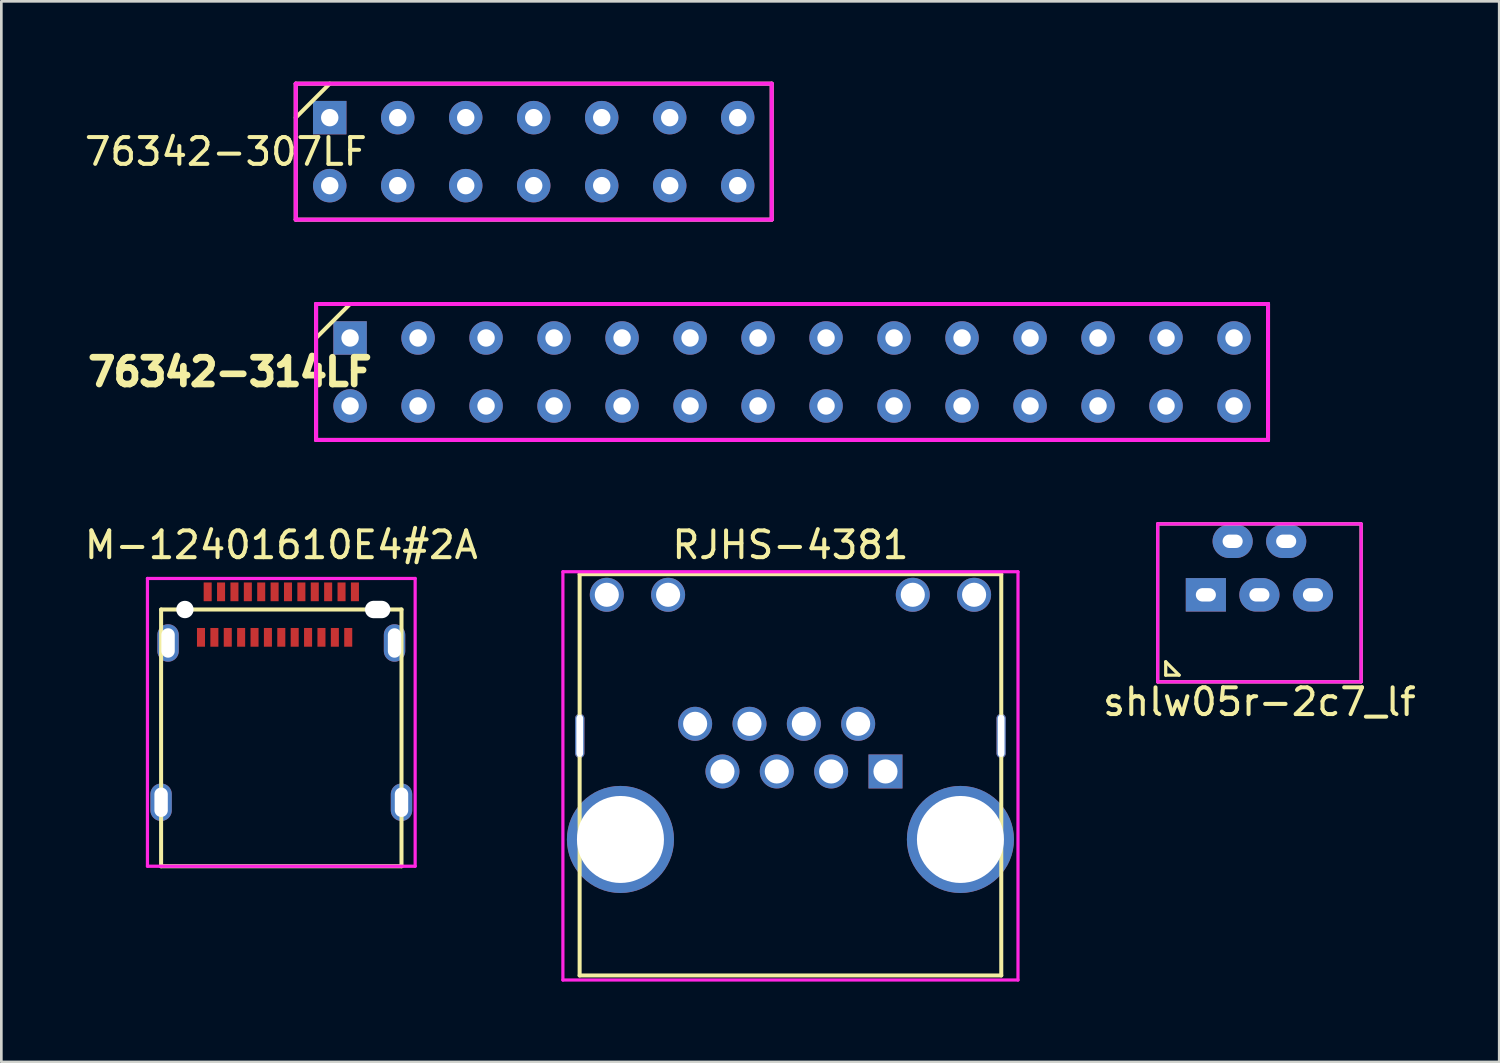
<source format=kicad_pcb>
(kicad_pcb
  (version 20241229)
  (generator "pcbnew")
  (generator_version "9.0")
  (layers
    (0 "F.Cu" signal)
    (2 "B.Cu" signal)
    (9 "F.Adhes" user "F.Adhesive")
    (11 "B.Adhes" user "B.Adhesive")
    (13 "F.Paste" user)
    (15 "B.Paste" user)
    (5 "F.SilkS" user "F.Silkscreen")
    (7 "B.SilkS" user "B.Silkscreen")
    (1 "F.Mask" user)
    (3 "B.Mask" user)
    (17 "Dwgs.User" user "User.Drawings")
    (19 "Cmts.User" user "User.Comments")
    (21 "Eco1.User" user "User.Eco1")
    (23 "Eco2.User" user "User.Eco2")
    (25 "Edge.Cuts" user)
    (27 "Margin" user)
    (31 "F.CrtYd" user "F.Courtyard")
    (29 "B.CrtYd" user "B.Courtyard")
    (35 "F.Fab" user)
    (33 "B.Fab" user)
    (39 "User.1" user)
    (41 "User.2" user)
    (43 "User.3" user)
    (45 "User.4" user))
  (footprint "M-12401610E4#2A"
    (layer "F.Cu")
    (at 7.458 19.058)
    (property "Reference" "M-12401610E4#2A" (at 0 -1.75 0) (layer "F.SilkS") (effects (font (size 1 1) (thickness 0.15))))
    (attr smd)
    (fp_line (start -4.5 10.25) (end 4.5 10.25) (stroke (width 0.15) (type solid)) (layer "F.SilkS"))
    (fp_line (start -4.49 0.66) (end -4.49 10.25) (stroke (width 0.15) (type solid)) (layer "F.SilkS"))
    (fp_line (start -4.49 0.66) (end 4.49 0.66) (stroke (width 0.15) (type solid)) (layer "F.SilkS"))
    (fp_line (start 4.49 10.25) (end 4.49 0.66) (stroke (width 0.15) (type solid)) (layer "F.SilkS"))
    (fp_line (start -5 -0.5) (end 5 -0.5) (stroke (width 0.12) (type solid)) (layer "F.CrtYd"))
    (fp_line (start -5 10.25) (end -5 -0.5) (stroke (width 0.12) (type solid)) (layer "F.CrtYd"))
    (fp_line (start 5 -0.5) (end 5 10.25) (stroke (width 0.12) (type solid)) (layer "F.CrtYd"))
    (fp_line (start 5 10.25) (end -5 10.25) (stroke (width 0.12) (type solid)) (layer "F.CrtYd"))
    (pad "" np_thru_hole oval (at -4.49 7.86) (size 0.8 1.4) (drill oval 0.5 1.1) (layers "*.Cu" "*.Mask"))
    (pad "" np_thru_hole oval (at -4.23 1.91) (size 0.8 1.4) (drill oval 0.5 1.1) (layers "*.Cu" "*.Mask"))
    (pad "" np_thru_hole circle (at -3.6 0.66) (size 0.65 0.65) (drill 0.65) (layers "*.Cu" "*.Mask"))
    (pad "" np_thru_hole oval (at 3.6 0.66) (size 0.95 0.65) (drill oval 0.95 0.65) (layers "*.Cu" "*.Mask"))
    (pad "" np_thru_hole oval (at 4.23 1.91) (size 0.8 1.4) (drill oval 0.5 1.1) (layers "*.Cu" "*.Mask"))
    (pad "" np_thru_hole oval (at 4.49 7.86) (size 0.8 1.4) (drill oval 0.5 1.1) (layers "*.Cu" "*.Mask"))
    (pad "A1" smd rect (at -2.75 0) (size 0.3 0.7) (layers "F.Cu" "F.Mask" "F.Paste"))
    (pad "A2" smd rect (at -2.25 0) (size 0.3 0.7) (layers "F.Cu" "F.Mask" "F.Paste"))
    (pad "A3" smd rect (at -1.75 0) (size 0.3 0.7) (layers "F.Cu" "F.Mask" "F.Paste"))
    (pad "A4" smd rect (at -1.25 0) (size 0.3 0.7) (layers "F.Cu" "F.Mask" "F.Paste"))
    (pad "A5" smd rect (at -0.75 0) (size 0.3 0.7) (layers "F.Cu" "F.Mask" "F.Paste"))
    (pad "A6" smd rect (at -0.25 0) (size 0.3 0.7) (layers "F.Cu" "F.Mask" "F.Paste"))
    (pad "A7" smd rect (at 0.25 0) (size 0.3 0.7) (layers "F.Cu" "F.Mask" "F.Paste"))
    (pad "A8" smd rect (at 0.75 0) (size 0.3 0.7) (layers "F.Cu" "F.Mask" "F.Paste"))
    (pad "A9" smd rect (at 1.25 0) (size 0.3 0.7) (layers "F.Cu" "F.Mask" "F.Paste"))
    (pad "A10" smd rect (at 1.75 0) (size 0.3 0.7) (layers "F.Cu" "F.Mask" "F.Paste"))
    (pad "A11" smd rect (at 2.25 0) (size 0.3 0.7) (layers "F.Cu" "F.Mask" "F.Paste"))
    (pad "A12" smd rect (at 2.75 0) (size 0.3 0.7) (layers "F.Cu" "F.Mask" "F.Paste"))
    (pad "B1" smd rect (at 2.5 1.7) (size 0.3 0.7) (layers "F.Cu" "F.Mask" "F.Paste"))
    (pad "B2" smd rect (at 2 1.7) (size 0.3 0.7) (layers "F.Cu" "F.Mask" "F.Paste"))
    (pad "B3" smd rect (at 1.5 1.7) (size 0.3 0.7) (layers "F.Cu" "F.Mask" "F.Paste"))
    (pad "B4" smd rect (at 1 1.7) (size 0.3 0.7) (layers "F.Cu" "F.Mask" "F.Paste"))
    (pad "B5" smd rect (at 0.5 1.7) (size 0.3 0.7) (layers "F.Cu" "F.Mask" "F.Paste"))
    (pad "B6" smd rect (at 0 1.7) (size 0.3 0.7) (layers "F.Cu" "F.Mask" "F.Paste"))
    (pad "B7" smd rect (at -0.5 1.7) (size 0.3 0.7) (layers "F.Cu" "F.Mask" "F.Paste"))
    (pad "B8" smd rect (at -1 1.7) (size 0.3 0.7) (layers "F.Cu" "F.Mask" "F.Paste"))
    (pad "B9" smd rect (at -1.5 1.7) (size 0.3 0.7) (layers "F.Cu" "F.Mask" "F.Paste"))
    (pad "B10" smd rect (at -2 1.7) (size 0.3 0.7) (layers "F.Cu" "F.Mask" "F.Paste"))
    (pad "B11" smd rect (at -2.5 1.7) (size 0.3 0.7) (layers "F.Cu" "F.Mask" "F.Paste"))
    (pad "B12" smd rect (at -3 1.7) (size 0.3 0.7) (layers "F.Cu" "F.Mask" "F.Paste")))
  (footprint "shlw05r-2c7_lf"
    (layer "F.Cu")
    (at 43.995 17.17)
    (property "Reference" "shlw05r-2c7_lf" (at 0 6 0) (layer "F.SilkS") (effects (font (size 1 1) (thickness 0.15))))
    (attr through_hole)
    (fp_line (start -3.8 5.25) (end -3.8 -0.65) (stroke (width 0.12) (type solid)) (layer "F.SilkS"))
    (fp_line (start -3.8 5.25) (end 3.8 5.25) (stroke (width 0.12) (type solid)) (layer "F.SilkS"))
    (fp_line (start -3.5 4.5) (end -3.5 5) (stroke (width 0.12) (type solid)) (layer "F.SilkS"))
    (fp_line (start -3.5 5) (end -3 5) (stroke (width 0.12) (type solid)) (layer "F.SilkS"))
    (fp_line (start -3 5) (end -3.5 4.5) (stroke (width 0.12) (type solid)) (layer "F.SilkS"))
    (fp_line (start 3.8 -0.65) (end -3.8 -0.65) (stroke (width 0.12) (type solid)) (layer "F.SilkS"))
    (fp_line (start 3.8 -0.65) (end 3.8 5.25) (stroke (width 0.12) (type solid)) (layer "F.SilkS"))
    (fp_line (start -3.8 5.25) (end -3.8 -0.65) (stroke (width 0.12) (type solid)) (layer "F.CrtYd"))
    (fp_line (start -3.8 5.25) (end 3.8 5.25) (stroke (width 0.12) (type solid)) (layer "F.CrtYd"))
    (fp_line (start 3.8 -0.65) (end -3.8 -0.65) (stroke (width 0.12) (type solid)) (layer "F.CrtYd"))
    (fp_line (start 3.8 -0.65) (end 3.8 5.25) (stroke (width 0.12) (type solid)) (layer "F.CrtYd"))
    (pad "1" thru_hole rect (at -2 2) (size 1.5 1.25) (drill oval 0.75 0.5) (layers "*.Cu" "*.Mask"))
    (pad "2" thru_hole oval (at -1 0) (size 1.5 1.25) (drill oval 0.75 0.5) (layers "*.Cu" "*.Mask"))
    (pad "3" thru_hole oval (at 0 2) (size 1.5 1.25) (drill oval 0.75 0.5) (layers "*.Cu" "*.Mask"))
    (pad "4" thru_hole oval (at 1 0) (size 1.5 1.25) (drill oval 0.75 0.5) (layers "*.Cu" "*.Mask"))
    (pad "5" thru_hole oval (at 2 2) (size 1.5 1.25) (drill oval 0.75 0.5) (layers "*.Cu" "*.Mask")))
  (footprint "RJHS-4381"
    (layer "F.Cu")
    (at 26.477 28.308)
    (property "Reference" "RJHS-4381" (at 0 -11 180) (layer "F.SilkS") (effects (font (size 1 1) (thickness 0.15))))
    (attr through_hole)
    (fp_line (start -7.875 -9.91) (end -7.875 5.08) (stroke (width 0.15) (type solid)) (layer "F.SilkS"))
    (fp_line (start -7.875 -9.91) (end 7.875 -9.91) (stroke (width 0.15) (type solid)) (layer "F.SilkS"))
    (fp_line (start -7.875 5.08) (end 7.875 5.08) (stroke (width 0.15) (type solid)) (layer "F.SilkS"))
    (fp_line (start 7.875 -9.91) (end 7.875 5.08) (stroke (width 0.15) (type solid)) (layer "F.SilkS"))
    (fp_line (start -8.5 -10) (end -8.5 5.25) (stroke (width 0.12) (type solid)) (layer "F.CrtYd"))
    (fp_line (start -8.5 5.25) (end 8.5 5.25) (stroke (width 0.12) (type solid)) (layer "F.CrtYd"))
    (fp_line (start 8.5 -10) (end -8.5 -10) (stroke (width 0.12) (type solid)) (layer "F.CrtYd"))
    (fp_line (start 8.5 5.25) (end 8.5 -10) (stroke (width 0.12) (type solid)) (layer "F.CrtYd"))
    (pad "" np_thru_hole oval (at -7.87 -3.87) (size 0.35 1.65) (drill oval 0.254 1.57) (layers "*.Cu" "*.Mask"))
    (pad "" np_thru_hole circle (at -6.35 0) (size 4 4) (drill 3.25) (layers "*.Cu" "*.Mask"))
    (pad "" np_thru_hole circle (at 6.35 0) (size 4 4) (drill 3.25) (layers "*.Cu" "*.Mask"))
    (pad "" np_thru_hole oval (at 7.87 -3.87) (size 0.35 1.65) (drill oval 0.254 1.57) (layers "*.Cu" "*.Mask"))
    (pad "1" thru_hole rect (at 3.55 -2.54) (size 1.27 1.27) (drill 0.9) (layers "*.Cu" "*.Mask"))
    (pad "2" thru_hole circle (at 2.53 -4.32) (size 1.27 1.27) (drill 0.9) (layers "*.Cu" "*.Mask"))
    (pad "3" thru_hole circle (at 1.52 -2.54) (size 1.27 1.27) (drill 0.9) (layers "*.Cu" "*.Mask"))
    (pad "4" thru_hole circle (at 0.5 -4.32) (size 1.27 1.27) (drill 0.9) (layers "*.Cu" "*.Mask"))
    (pad "5" thru_hole circle (at -0.51 -2.54) (size 1.27 1.27) (drill 0.9) (layers "*.Cu" "*.Mask"))
    (pad "6" thru_hole circle (at -1.53 -4.32) (size 1.27 1.27) (drill 0.9) (layers "*.Cu" "*.Mask"))
    (pad "7" thru_hole circle (at -2.54 -2.54) (size 1.27 1.27) (drill 0.9) (layers "*.Cu" "*.Mask"))
    (pad "8" thru_hole circle (at -3.56 -4.32) (size 1.27 1.27) (drill 0.9) (layers "*.Cu" "*.Mask"))
    (pad "9" thru_hole circle (at 6.86 -9.14) (size 1.27 1.27) (drill 0.9) (layers "*.Cu" "*.Mask"))
    (pad "10" thru_hole circle (at 4.57 -9.14) (size 1.27 1.27) (drill 0.9) (layers "*.Cu" "*.Mask"))
    (pad "11" thru_hole circle (at -4.57 -9.14) (size 1.27 1.27) (drill 0.9) (layers "*.Cu" "*.Mask"))
    (pad "12" thru_hole circle (at -6.86 -9.14) (size 1.27 1.27) (drill 0.9) (layers "*.Cu" "*.Mask")))
  (footprint "76342-314LF"
    (layer "F.Cu")
    (at 26.537 10.845)
    (property "Reference" "76342-314LF" (at -21 0 0) (layer "F.SilkS") (effects (font (size 1 1) (thickness 0.25))))
    (attr through_hole)
    (fp_line (start -17.78 -2.54) (end -17.78 2.54) (stroke (width 0.15) (type solid)) (layer "F.SilkS"))
    (fp_line (start -17.78 2.54) (end 17.78 2.54) (stroke (width 0.15) (type solid)) (layer "F.SilkS"))
    (fp_line (start -16.51 -2.54) (end -17.78 -1.27) (stroke (width 0.15) (type solid)) (layer "F.SilkS"))
    (fp_line (start 17.78 -2.54) (end -17.78 -2.54) (stroke (width 0.15) (type solid)) (layer "F.SilkS"))
    (fp_line (start 17.78 2.54) (end 17.78 -2.54) (stroke (width 0.15) (type solid)) (layer "F.SilkS"))
    (fp_line (start -17.78 -2.54) (end -17.78 2.54) (stroke (width 0.15) (type solid)) (layer "F.CrtYd"))
    (fp_line (start -17.78 2.54) (end 17.78 2.54) (stroke (width 0.15) (type solid)) (layer "F.CrtYd"))
    (fp_line (start 17.78 -2.54) (end -17.78 -2.54) (stroke (width 0.15) (type solid)) (layer "F.CrtYd"))
    (fp_line (start 17.78 2.54) (end 17.78 -2.54) (stroke (width 0.15) (type solid)) (layer "F.CrtYd"))
    (pad "1" thru_hole rect (at -16.51 -1.27) (size 1.25 1.25) (drill 0.65) (layers "*.Cu" "*.Mask"))
    (pad "2" thru_hole circle (at -16.51 1.27) (size 1.25 1.25) (drill 0.65) (layers "*.Cu" "*.Mask"))
    (pad "3" thru_hole circle (at -13.97 -1.27) (size 1.25 1.25) (drill 0.65) (layers "*.Cu" "*.Mask"))
    (pad "4" thru_hole circle (at -13.97 1.27) (size 1.25 1.25) (drill 0.65) (layers "*.Cu" "*.Mask"))
    (pad "5" thru_hole circle (at -11.43 -1.27) (size 1.25 1.25) (drill 0.65) (layers "*.Cu" "*.Mask"))
    (pad "6" thru_hole circle (at -11.43 1.27) (size 1.25 1.25) (drill 0.65) (layers "*.Cu" "*.Mask"))
    (pad "7" thru_hole circle (at -8.89 -1.27) (size 1.25 1.25) (drill 0.65) (layers "*.Cu" "*.Mask"))
    (pad "8" thru_hole circle (at -8.89 1.27) (size 1.25 1.25) (drill 0.65) (layers "*.Cu" "*.Mask"))
    (pad "9" thru_hole circle (at -6.35 -1.27) (size 1.25 1.25) (drill 0.65) (layers "*.Cu" "*.Mask"))
    (pad "10" thru_hole circle (at -6.35 1.27) (size 1.25 1.25) (drill 0.65) (layers "*.Cu" "*.Mask"))
    (pad "11" thru_hole circle (at -3.81 -1.27) (size 1.25 1.25) (drill 0.65) (layers "*.Cu" "*.Mask"))
    (pad "12" thru_hole circle (at -3.81 1.27) (size 1.25 1.25) (drill 0.65) (layers "*.Cu" "*.Mask"))
    (pad "13" thru_hole circle (at -1.27 -1.27) (size 1.25 1.25) (drill 0.65) (layers "*.Cu" "*.Mask"))
    (pad "14" thru_hole circle (at -1.27 1.27) (size 1.25 1.25) (drill 0.65) (layers "*.Cu" "*.Mask"))
    (pad "15" thru_hole circle (at 1.27 -1.27) (size 1.25 1.25) (drill 0.65) (layers "*.Cu" "*.Mask"))
    (pad "16" thru_hole circle (at 1.27 1.27) (size 1.25 1.25) (drill 0.65) (layers "*.Cu" "*.Mask"))
    (pad "17" thru_hole circle (at 3.81 -1.27) (size 1.25 1.25) (drill 0.65) (layers "*.Cu" "*.Mask"))
    (pad "18" thru_hole circle (at 3.81 1.27) (size 1.25 1.25) (drill 0.65) (layers "*.Cu" "*.Mask"))
    (pad "19" thru_hole circle (at 6.35 -1.27) (size 1.25 1.25) (drill 0.65) (layers "*.Cu" "*.Mask"))
    (pad "20" thru_hole circle (at 6.35 1.27) (size 1.25 1.25) (drill 0.65) (layers "*.Cu" "*.Mask"))
    (pad "21" thru_hole circle (at 8.89 -1.27) (size 1.25 1.25) (drill 0.65) (layers "*.Cu" "*.Mask"))
    (pad "22" thru_hole circle (at 8.89 1.27) (size 1.25 1.25) (drill 0.65) (layers "*.Cu" "*.Mask"))
    (pad "23" thru_hole circle (at 11.43 -1.27) (size 1.25 1.25) (drill 0.65) (layers "*.Cu" "*.Mask"))
    (pad "24" thru_hole circle (at 11.43 1.27) (size 1.25 1.25) (drill 0.65) (layers "*.Cu" "*.Mask"))
    (pad "25" thru_hole circle (at 13.97 -1.27) (size 1.25 1.25) (drill 0.65) (layers "*.Cu" "*.Mask"))
    (pad "26" thru_hole circle (at 13.97 1.27) (size 1.25 1.25) (drill 0.65) (layers "*.Cu" "*.Mask"))
    (pad "27" thru_hole circle (at 16.51 -1.27) (size 1.25 1.25) (drill 0.65) (layers "*.Cu" "*.Mask"))
    (pad "28" thru_hole circle (at 16.51 1.27) (size 1.25 1.25) (drill 0.65) (layers "*.Cu" "*.Mask")))
  (footprint "76342-307LF"
    (layer "F.Cu")
    (at 16.887 2.615)
    (property "Reference" "76342-307LF" (at -11.5 0 0) (layer "F.SilkS") (effects (font (size 1 1) (thickness 0.15))))
    (attr through_hole)
    (fp_line (start -8.89 -2.54) (end -8.89 2.54) (stroke (width 0.15) (type solid)) (layer "F.SilkS"))
    (fp_line (start -8.89 2.54) (end 8.89 2.54) (stroke (width 0.15) (type solid)) (layer "F.SilkS"))
    (fp_line (start -7.62 -2.54) (end -8.89 -1.27) (stroke (width 0.15) (type solid)) (layer "F.SilkS"))
    (fp_line (start 8.89 -2.54) (end -8.89 -2.54) (stroke (width 0.15) (type solid)) (layer "F.SilkS"))
    (fp_line (start 8.89 2.54) (end 8.89 -2.54) (stroke (width 0.15) (type solid)) (layer "F.SilkS"))
    (fp_line (start -8.89 -2.54) (end -8.89 2.54) (stroke (width 0.15) (type solid)) (layer "F.CrtYd"))
    (fp_line (start -8.89 2.54) (end 8.89 2.54) (stroke (width 0.15) (type solid)) (layer "F.CrtYd"))
    (fp_line (start 8.89 -2.54) (end -8.89 -2.54) (stroke (width 0.15) (type solid)) (layer "F.CrtYd"))
    (fp_line (start 8.89 2.54) (end 8.89 -2.54) (stroke (width 0.15) (type solid)) (layer "F.CrtYd"))
    (pad "1" thru_hole rect (at -7.62 -1.27) (size 1.25 1.25) (drill 0.65) (layers "*.Cu" "*.Mask"))
    (pad "2" thru_hole circle (at -7.62 1.27) (size 1.25 1.25) (drill 0.65) (layers "*.Cu" "*.Mask"))
    (pad "3" thru_hole circle (at -5.08 -1.27) (size 1.25 1.25) (drill 0.65) (layers "*.Cu" "*.Mask"))
    (pad "4" thru_hole circle (at -5.08 1.27) (size 1.25 1.25) (drill 0.65) (layers "*.Cu" "*.Mask"))
    (pad "5" thru_hole circle (at -2.54 -1.27) (size 1.25 1.25) (drill 0.65) (layers "*.Cu" "*.Mask"))
    (pad "6" thru_hole circle (at -2.54 1.27) (size 1.25 1.25) (drill 0.65) (layers "*.Cu" "*.Mask"))
    (pad "7" thru_hole circle (at 0 -1.27) (size 1.25 1.25) (drill 0.65) (layers "*.Cu" "*.Mask"))
    (pad "8" thru_hole circle (at 0 1.27) (size 1.25 1.25) (drill 0.65) (layers "*.Cu" "*.Mask"))
    (pad "9" thru_hole circle (at 2.54 -1.27) (size 1.25 1.25) (drill 0.65) (layers "*.Cu" "*.Mask"))
    (pad "10" thru_hole circle (at 2.54 1.27) (size 1.25 1.25) (drill 0.65) (layers "*.Cu" "*.Mask"))
    (pad "11" thru_hole circle (at 5.08 -1.27) (size 1.25 1.25) (drill 0.65) (layers "*.Cu" "*.Mask"))
    (pad "12" thru_hole circle (at 5.08 1.27) (size 1.25 1.25) (drill 0.65) (layers "*.Cu" "*.Mask"))
    (pad "13" thru_hole circle (at 7.62 -1.27) (size 1.25 1.25) (drill 0.65) (layers "*.Cu" "*.Mask"))
    (pad "14" thru_hole circle (at 7.62 1.27) (size 1.25 1.25) (drill 0.65) (layers "*.Cu" "*.Mask")))
  (gr_rect
    (start -3 -3)
    (end 52.953 36.618)
    (stroke (width 0.1) (type default))
    (fill no)
    (layer "Edge.Cuts")))
</source>
